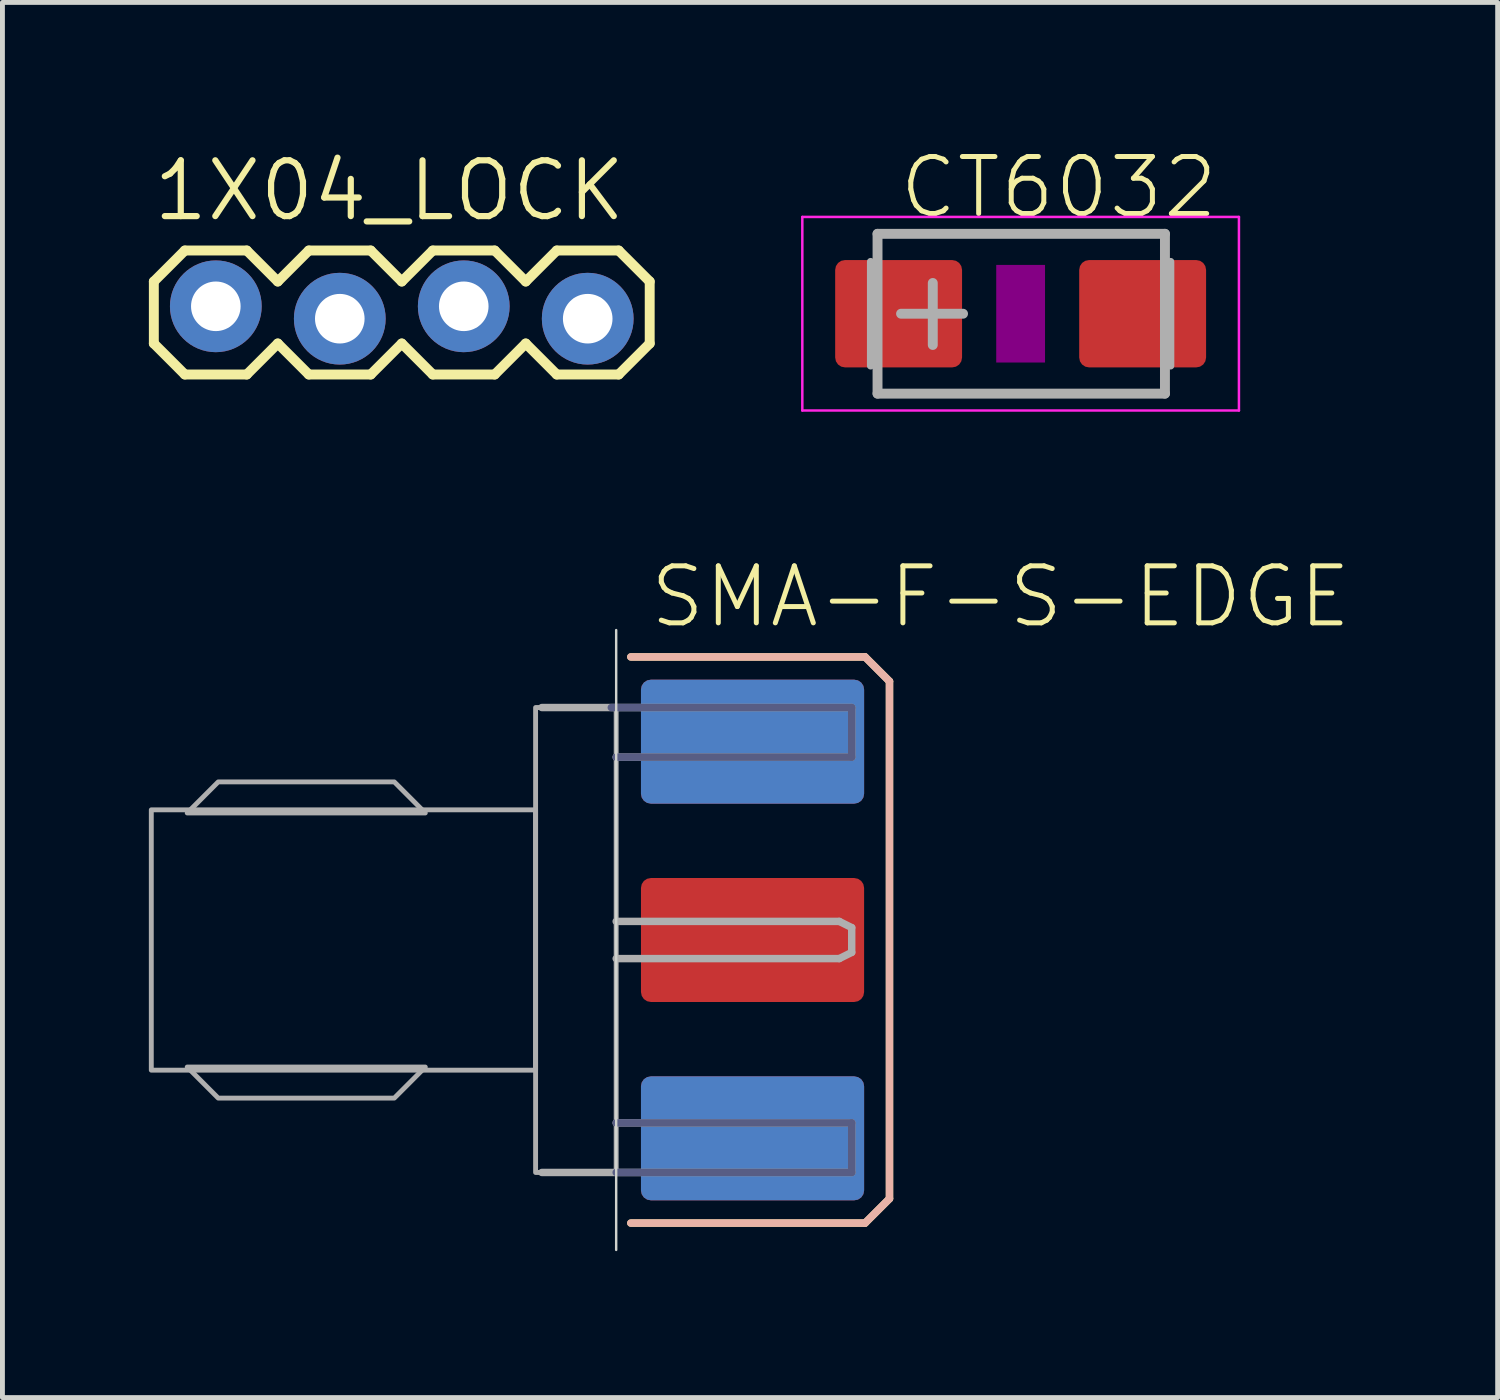
<source format=kicad_pcb>
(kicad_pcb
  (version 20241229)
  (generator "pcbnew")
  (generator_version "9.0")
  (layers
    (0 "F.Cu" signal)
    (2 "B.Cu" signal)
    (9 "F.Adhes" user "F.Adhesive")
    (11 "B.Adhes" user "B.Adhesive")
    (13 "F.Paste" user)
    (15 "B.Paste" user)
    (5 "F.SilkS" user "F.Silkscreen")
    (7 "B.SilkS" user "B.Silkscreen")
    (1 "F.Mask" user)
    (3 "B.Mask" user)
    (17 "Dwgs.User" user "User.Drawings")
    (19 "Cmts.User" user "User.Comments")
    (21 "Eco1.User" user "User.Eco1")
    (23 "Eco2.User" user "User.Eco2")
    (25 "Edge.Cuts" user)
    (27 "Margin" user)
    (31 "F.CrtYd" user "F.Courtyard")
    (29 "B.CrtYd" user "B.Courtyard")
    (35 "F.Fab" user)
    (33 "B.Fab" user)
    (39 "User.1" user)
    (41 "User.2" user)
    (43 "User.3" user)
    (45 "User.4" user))
  (footprint "CT6032"
    (layer "F.Cu")
    (at 17.862 3.378)
    (property "Reference" "CT6032" (at -2.54 -1.905 0) (unlocked yes) (layer "F.SilkS") (effects (font (size 1.168 1.168) (thickness 0.102)) (justify left bottom)))
    (fp_poly (pts (xy -0.5 1) (xy 0.5 1) (xy 0.5 -1) (xy -0.5 -1)) (stroke (width 0) (type default)) (fill yes) (layer "F.Adhes"))
    (fp_line (start -4.473 -1.983) (end 4.473 -1.983) (stroke (width 0.051) (type solid)) (layer "F.CrtYd"))
    (fp_line (start -4.473 1.983) (end -4.473 -1.983) (stroke (width 0.051) (type solid)) (layer "F.CrtYd"))
    (fp_line (start 4.473 -1.983) (end 4.473 1.983) (stroke (width 0.051) (type solid)) (layer "F.CrtYd"))
    (fp_line (start 4.473 1.983) (end -4.473 1.983) (stroke (width 0.051) (type solid)) (layer "F.CrtYd"))
    (fp_line (start -3.073 -1.067) (end -3.073 1.067) (stroke (width 0.152) (type solid)) (layer "F.Fab"))
    (fp_line (start -2.932 1.637) (end -2.932 -1.637) (stroke (width 0.203) (type solid)) (layer "F.Fab"))
    (fp_line (start -1.8 -0.63) (end -1.8 0.64) (stroke (width 0.203) (type solid)) (layer "F.Fab"))
    (fp_line (start -1.18 0) (end -2.45 0) (stroke (width 0.203) (type solid)) (layer "F.Fab"))
    (fp_line (start 2.957 -1.637) (end -2.932 -1.637) (stroke (width 0.203) (type solid)) (layer "F.Fab"))
    (fp_line (start 2.957 1.637) (end -2.932 1.637) (stroke (width 0.203) (type solid)) (layer "F.Fab"))
    (fp_line (start 2.957 1.637) (end 2.957 -1.637) (stroke (width 0.203) (type solid)) (layer "F.Fab"))
    (fp_line (start 3.073 -1.067) (end 3.073 1.067) (stroke (width 0.152) (type solid)) (layer "F.Fab"))
    (pad "+" smd roundrect (at -2.5 0) (size 2.6 2.2) (layers "F.Cu" "F.Mask" "F.Paste") (roundrect_rratio 0.092))
    (pad "-" smd roundrect (at 2.5 0) (size 2.6 2.2) (layers "F.Cu" "F.Mask" "F.Paste") (roundrect_rratio 0.092)))
  (footprint "1X04_LOCK"
    (layer "F.Cu")
    (at 1.372 3.353)
    (property "Reference" "1X04_LOCK" (at -1.346 -1.829 0) (unlocked yes) (layer "F.SilkS") (effects (font (size 1.143 1.143) (thickness 0.127)) (justify left bottom)))
    (fp_line (start -1.27 -0.635) (end -1.27 0.635) (stroke (width 0.203) (type solid)) (layer "F.SilkS"))
    (fp_line (start -1.27 0.635) (end -0.635 1.27) (stroke (width 0.203) (type solid)) (layer "F.SilkS"))
    (fp_line (start -0.635 -1.27) (end -1.27 -0.635) (stroke (width 0.203) (type solid)) (layer "F.SilkS"))
    (fp_line (start -0.635 -1.27) (end 0.635 -1.27) (stroke (width 0.203) (type solid)) (layer "F.SilkS"))
    (fp_line (start 0.635 -1.27) (end 1.27 -0.635) (stroke (width 0.203) (type solid)) (layer "F.SilkS"))
    (fp_line (start 0.635 1.27) (end -0.635 1.27) (stroke (width 0.203) (type solid)) (layer "F.SilkS"))
    (fp_line (start 1.27 -0.635) (end 1.905 -1.27) (stroke (width 0.203) (type solid)) (layer "F.SilkS"))
    (fp_line (start 1.27 0.635) (end 0.635 1.27) (stroke (width 0.203) (type solid)) (layer "F.SilkS"))
    (fp_line (start 1.905 -1.27) (end 3.175 -1.27) (stroke (width 0.203) (type solid)) (layer "F.SilkS"))
    (fp_line (start 1.905 1.27) (end 1.27 0.635) (stroke (width 0.203) (type solid)) (layer "F.SilkS"))
    (fp_line (start 3.175 -1.27) (end 3.81 -0.635) (stroke (width 0.203) (type solid)) (layer "F.SilkS"))
    (fp_line (start 3.175 1.27) (end 1.905 1.27) (stroke (width 0.203) (type solid)) (layer "F.SilkS"))
    (fp_line (start 3.81 -0.635) (end 4.445 -1.27) (stroke (width 0.203) (type solid)) (layer "F.SilkS"))
    (fp_line (start 3.81 0.635) (end 3.175 1.27) (stroke (width 0.203) (type solid)) (layer "F.SilkS"))
    (fp_line (start 4.445 -1.27) (end 5.715 -1.27) (stroke (width 0.203) (type solid)) (layer "F.SilkS"))
    (fp_line (start 4.445 1.27) (end 3.81 0.635) (stroke (width 0.203) (type solid)) (layer "F.SilkS"))
    (fp_line (start 5.715 -1.27) (end 6.35 -0.635) (stroke (width 0.203) (type solid)) (layer "F.SilkS"))
    (fp_line (start 5.715 1.27) (end 4.445 1.27) (stroke (width 0.203) (type solid)) (layer "F.SilkS"))
    (fp_line (start 6.35 -0.635) (end 6.985 -1.27) (stroke (width 0.203) (type solid)) (layer "F.SilkS"))
    (fp_line (start 6.35 0.635) (end 5.715 1.27) (stroke (width 0.203) (type solid)) (layer "F.SilkS"))
    (fp_line (start 6.985 -1.27) (end 8.255 -1.27) (stroke (width 0.203) (type solid)) (layer "F.SilkS"))
    (fp_line (start 6.985 1.27) (end 6.35 0.635) (stroke (width 0.203) (type solid)) (layer "F.SilkS"))
    (fp_line (start 8.255 -1.27) (end 8.89 -0.635) (stroke (width 0.203) (type solid)) (layer "F.SilkS"))
    (fp_line (start 8.255 1.27) (end 6.985 1.27) (stroke (width 0.203) (type solid)) (layer "F.SilkS"))
    (fp_line (start 8.89 -0.635) (end 8.89 0.635) (stroke (width 0.203) (type solid)) (layer "F.SilkS"))
    (fp_line (start 8.89 0.635) (end 8.255 1.27) (stroke (width 0.203) (type solid)) (layer "F.SilkS"))
    (fp_poly (pts (xy -0.254 0.254) (xy 0.254 0.254) (xy 0.254 -0.254) (xy -0.254 -0.254)) (stroke (width 0.1) (type default)) (fill no) (layer "F.Fab"))
    (fp_poly (pts (xy 2.286 0.254) (xy 2.794 0.254) (xy 2.794 -0.254) (xy 2.286 -0.254)) (stroke (width 0.1) (type default)) (fill no) (layer "F.Fab"))
    (fp_poly (pts (xy 4.826 0.254) (xy 5.334 0.254) (xy 5.334 -0.254) (xy 4.826 -0.254)) (stroke (width 0.1) (type default)) (fill no) (layer "F.Fab"))
    (fp_poly (pts (xy 7.366 0.254) (xy 7.874 0.254) (xy 7.874 -0.254) (xy 7.366 -0.254)) (stroke (width 0.1) (type default)) (fill no) (layer "F.Fab"))
    (pad "1" thru_hole circle (at 0 -0.127 90) (size 1.88 1.88) (drill 1.016) (layers "*.Cu" "*.Mask"))
    (pad "2" thru_hole circle (at 2.54 0.127 90) (size 1.88 1.88) (drill 1.016) (layers "*.Cu" "*.Mask"))
    (pad "3" thru_hole circle (at 5.08 -0.127 90) (size 1.88 1.88) (drill 1.016) (layers "*.Cu" "*.Mask"))
    (pad "4" thru_hole circle (at 7.62 0.127 90) (size 1.88 1.88) (drill 1.016) (layers "*.Cu" "*.Mask")))
  (footprint "SMA-F-S-EDGE"
    (layer "F.Cu")
    (at 9.575 16.21)
    (property "Reference" "SMA-F-S-EDGE" (at 0.635 -6.35 0) (unlocked yes) (layer "F.SilkS") (effects (font (size 1.168 1.168) (thickness 0.102)) (justify left bottom)))
    (fp_line (start 5.1 -5.8) (end 0.3 -5.8) (stroke (width 0.152) (type solid)) (layer "F.SilkS"))
    (fp_line (start 5.1 5.8) (end 0.3 5.8) (stroke (width 0.152) (type solid)) (layer "F.SilkS"))
    (fp_line (start 5.6 -5.3) (end 5.1 -5.8) (stroke (width 0.152) (type solid)) (layer "F.SilkS"))
    (fp_line (start 5.6 -5.3) (end 5.6 5.3) (stroke (width 0.152) (type solid)) (layer "F.SilkS"))
    (fp_line (start 5.6 5.3) (end 5.1 5.8) (stroke (width 0.152) (type solid)) (layer "F.SilkS"))
    (fp_line (start 0.3 -5.8) (end 5.1 -5.8) (stroke (width 0.152) (type solid)) (layer "B.SilkS"))
    (fp_line (start 5.1 -5.8) (end 5.6 -5.3) (stroke (width 0.152) (type solid)) (layer "B.SilkS"))
    (fp_line (start 5.1 5.8) (end 0.3 5.8) (stroke (width 0.152) (type solid)) (layer "B.SilkS"))
    (fp_line (start 5.6 -5.3) (end 5.6 5.3) (stroke (width 0.152) (type solid)) (layer "B.SilkS"))
    (fp_line (start 5.6 5.3) (end 5.1 5.8) (stroke (width 0.152) (type solid)) (layer "B.SilkS"))
    (fp_line (start 0 -6.35) (end 0 6.35) (stroke (width 0.05) (type solid)) (layer "Edge.Cuts"))
    (fp_line (start -0.1 -4.763) (end 4.826 -4.763) (stroke (width 0.152) (type solid)) (layer "B.Fab"))
    (fp_line (start 0 4.763) (end 4.826 4.763) (stroke (width 0.152) (type solid)) (layer "B.Fab"))
    (fp_line (start 4.826 -4.763) (end 4.826 -3.747) (stroke (width 0.152) (type solid)) (layer "B.Fab"))
    (fp_line (start 4.826 -3.747) (end 0 -3.747) (stroke (width 0.152) (type solid)) (layer "B.Fab"))
    (fp_line (start 4.826 3.747) (end 0 3.747) (stroke (width 0.152) (type solid)) (layer "B.Fab"))
    (fp_line (start 4.826 4.763) (end 4.826 3.747) (stroke (width 0.152) (type solid)) (layer "B.Fab"))
    (fp_line (start -1.524 -4.763) (end 4.826 -4.763) (stroke (width 0.152) (type solid)) (layer "F.Fab"))
    (fp_line (start -1.524 4.763) (end 4.826 4.763) (stroke (width 0.152) (type solid)) (layer "F.Fab"))
    (fp_line (start 0 -0.381) (end 4.572 -0.381) (stroke (width 0.152) (type solid)) (layer "F.Fab"))
    (fp_line (start 4.572 -0.381) (end 4.826 -0.254) (stroke (width 0.152) (type solid)) (layer "F.Fab"))
    (fp_line (start 4.572 0.381) (end 0 0.381) (stroke (width 0.152) (type solid)) (layer "F.Fab"))
    (fp_line (start 4.826 -4.763) (end 4.826 -3.747) (stroke (width 0.152) (type solid)) (layer "F.Fab"))
    (fp_line (start 4.826 -3.747) (end 0 -3.747) (stroke (width 0.152) (type solid)) (layer "F.Fab"))
    (fp_line (start 4.826 -0.254) (end 4.826 0.254) (stroke (width 0.152) (type solid)) (layer "F.Fab"))
    (fp_line (start 4.826 0.254) (end 4.572 0.381) (stroke (width 0.152) (type solid)) (layer "F.Fab"))
    (fp_line (start 4.826 3.747) (end 0 3.747) (stroke (width 0.152) (type solid)) (layer "F.Fab"))
    (fp_line (start 4.826 4.763) (end 4.826 3.747) (stroke (width 0.152) (type solid)) (layer "F.Fab"))
    (fp_poly (pts (xy -4.546 3.239) (xy -8.154 3.239) (xy -8.789 2.603) (xy -3.911 2.603)) (stroke (width 0.1) (type default)) (fill no) (layer "F.Fab"))
    (fp_poly (pts (xy -3.911 -2.603) (xy -8.789 -2.603) (xy -8.154 -3.239) (xy -4.546 -3.239)) (stroke (width 0.1) (type default)) (fill no) (layer "F.Fab"))
    (fp_poly (pts (xy -1.651 -2.667) (xy -9.525 -2.667) (xy -9.525 2.667) (xy -1.651 2.667)) (stroke (width 0.1) (type default)) (fill no) (layer "F.Fab"))
    (fp_poly (pts (xy 0 -4.763) (xy -1.651 -4.763) (xy -1.651 4.763) (xy 0 4.763)) (stroke (width 0.1) (type default)) (fill no) (layer "F.Fab"))
    (pad "BG1" smd roundrect (at 2.794 4.064) (size 4.572 2.54) (layers "B.Cu" "B.Mask") (roundrect_rratio 0.08))
    (pad "BG2" smd roundrect (at 2.794 -4.064) (size 4.572 2.54) (layers "B.Cu" "B.Mask") (roundrect_rratio 0.08))
    (pad "C" smd roundrect (at 2.794 0) (size 4.572 2.54) (layers "F.Cu" "F.Mask") (roundrect_rratio 0.08))
    (pad "TG1" smd roundrect (at 2.794 4.064) (size 4.572 2.54) (layers "F.Cu" "F.Mask") (roundrect_rratio 0.08))
    (pad "TG2" smd roundrect (at 2.794 -4.064) (size 4.572 2.54) (layers "F.Cu" "F.Mask") (roundrect_rratio 0.08)))
  (gr_rect
    (start -3 -3)
    (end 27.636 25.585)
    (stroke (width 0.1) (type default))
    (fill no)
    (layer "Edge.Cuts")))
</source>
